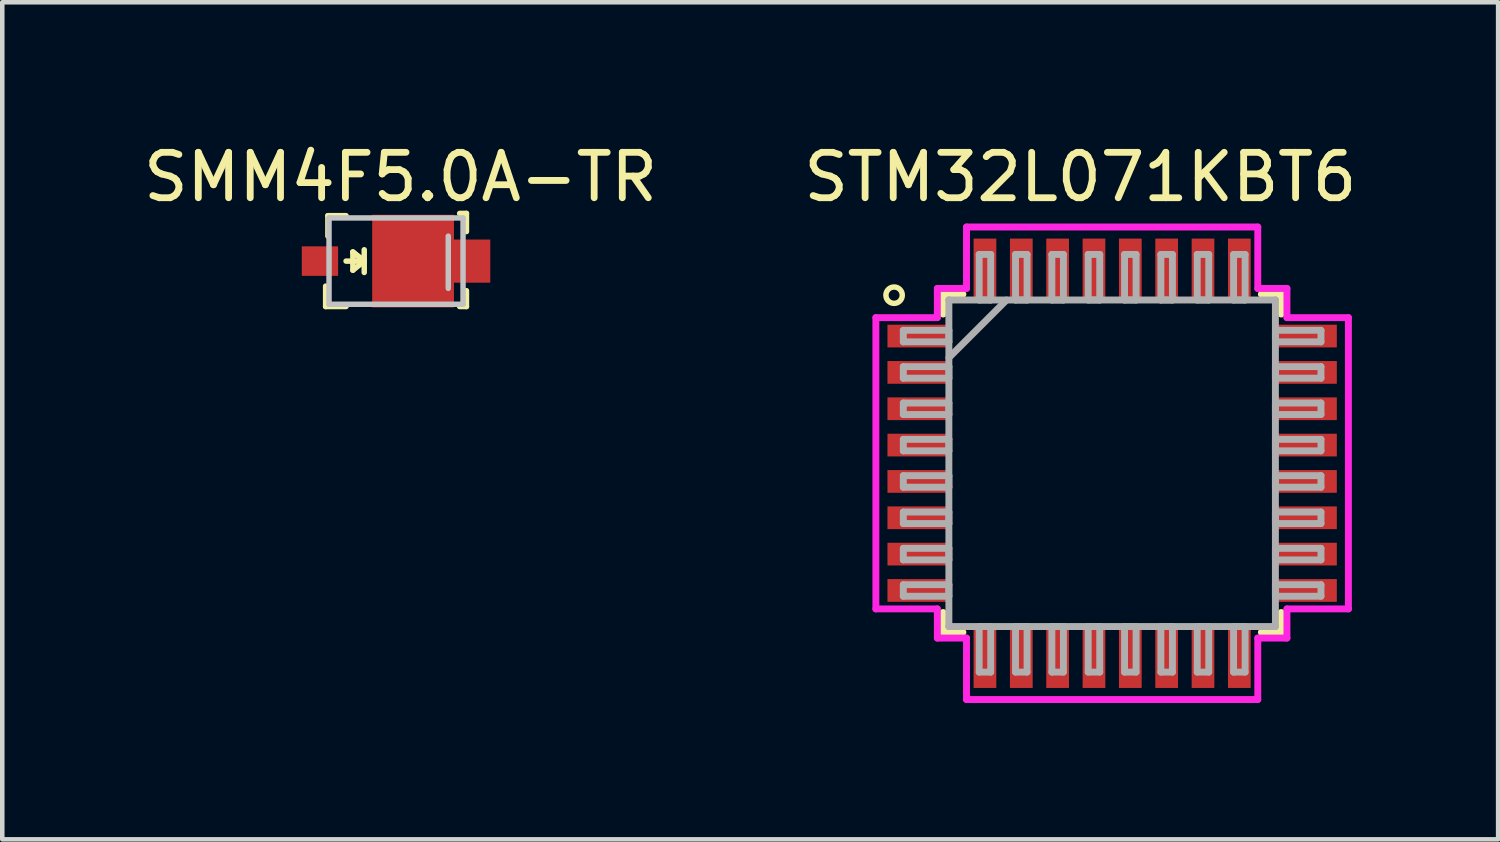
<source format=kicad_pcb>
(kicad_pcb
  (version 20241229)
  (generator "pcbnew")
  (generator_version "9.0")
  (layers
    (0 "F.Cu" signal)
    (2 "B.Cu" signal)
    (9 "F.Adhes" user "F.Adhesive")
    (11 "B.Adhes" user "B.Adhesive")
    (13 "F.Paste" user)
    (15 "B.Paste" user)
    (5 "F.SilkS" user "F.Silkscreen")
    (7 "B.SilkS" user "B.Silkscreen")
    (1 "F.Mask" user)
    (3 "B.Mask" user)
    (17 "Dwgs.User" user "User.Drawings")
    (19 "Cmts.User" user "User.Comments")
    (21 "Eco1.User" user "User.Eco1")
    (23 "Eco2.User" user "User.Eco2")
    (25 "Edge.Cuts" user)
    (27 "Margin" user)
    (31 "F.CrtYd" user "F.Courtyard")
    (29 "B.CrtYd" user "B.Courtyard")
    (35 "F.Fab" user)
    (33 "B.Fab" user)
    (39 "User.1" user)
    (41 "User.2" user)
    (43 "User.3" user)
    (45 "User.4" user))
  (footprint "STM32L071KBT6"
    (layer "F.Cu")
    (at 21.432 7.148)
    (property "Reference" "STM32L071KBT6" (at -0.7 -6.3 0) (layer "F.SilkS") (effects (font (size 1 1) (thickness 0.15))))
    (attr through_hole)
    (fp_line (start -3.721 -3.721) (end -3.721 -3.285) (stroke (width 0.152) (type solid)) (layer "F.SilkS"))
    (fp_line (start -3.721 3.285) (end -3.721 3.721) (stroke (width 0.152) (type solid)) (layer "F.SilkS"))
    (fp_line (start -3.721 3.721) (end -3.285 3.721) (stroke (width 0.152) (type solid)) (layer "F.SilkS"))
    (fp_line (start -3.285 -3.721) (end -3.721 -3.721) (stroke (width 0.152) (type solid)) (layer "F.SilkS"))
    (fp_line (start 3.285 3.721) (end 3.721 3.721) (stroke (width 0.152) (type solid)) (layer "F.SilkS"))
    (fp_line (start 3.721 -3.721) (end 3.285 -3.721) (stroke (width 0.152) (type solid)) (layer "F.SilkS"))
    (fp_line (start 3.721 -3.285) (end 3.721 -3.721) (stroke (width 0.152) (type solid)) (layer "F.SilkS"))
    (fp_line (start 3.721 3.721) (end 3.721 3.285) (stroke (width 0.152) (type solid)) (layer "F.SilkS"))
    (fp_circle (center -4.8 -3.7) (end -4.7 -3.85) (stroke (width 0.12) (type solid)) (fill no) (layer "F.SilkS"))
    (fp_line (start -5.201 -3.206) (end -3.848 -3.206) (stroke (width 0.152) (type solid)) (layer "F.CrtYd"))
    (fp_line (start -5.201 3.206) (end -5.201 -3.206) (stroke (width 0.152) (type solid)) (layer "F.CrtYd"))
    (fp_line (start -3.848 -3.848) (end -3.206 -3.848) (stroke (width 0.152) (type solid)) (layer "F.CrtYd"))
    (fp_line (start -3.848 -3.206) (end -3.848 -3.848) (stroke (width 0.152) (type solid)) (layer "F.CrtYd"))
    (fp_line (start -3.848 3.206) (end -5.201 3.206) (stroke (width 0.152) (type solid)) (layer "F.CrtYd"))
    (fp_line (start -3.848 3.848) (end -3.848 3.206) (stroke (width 0.152) (type solid)) (layer "F.CrtYd"))
    (fp_line (start -3.206 -5.201) (end 3.206 -5.201) (stroke (width 0.152) (type solid)) (layer "F.CrtYd"))
    (fp_line (start -3.206 -3.848) (end -3.206 -5.201) (stroke (width 0.152) (type solid)) (layer "F.CrtYd"))
    (fp_line (start -3.206 3.848) (end -3.848 3.848) (stroke (width 0.152) (type solid)) (layer "F.CrtYd"))
    (fp_line (start -3.206 5.201) (end -3.206 3.848) (stroke (width 0.152) (type solid)) (layer "F.CrtYd"))
    (fp_line (start 3.206 -5.201) (end 3.206 -3.848) (stroke (width 0.152) (type solid)) (layer "F.CrtYd"))
    (fp_line (start 3.206 -3.848) (end 3.848 -3.848) (stroke (width 0.152) (type solid)) (layer "F.CrtYd"))
    (fp_line (start 3.206 3.848) (end 3.206 5.201) (stroke (width 0.152) (type solid)) (layer "F.CrtYd"))
    (fp_line (start 3.206 5.201) (end -3.206 5.201) (stroke (width 0.152) (type solid)) (layer "F.CrtYd"))
    (fp_line (start 3.848 -3.848) (end 3.848 -3.206) (stroke (width 0.152) (type solid)) (layer "F.CrtYd"))
    (fp_line (start 3.848 -3.206) (end 5.201 -3.206) (stroke (width 0.152) (type solid)) (layer "F.CrtYd"))
    (fp_line (start 3.848 3.206) (end 3.848 3.848) (stroke (width 0.152) (type solid)) (layer "F.CrtYd"))
    (fp_line (start 3.848 3.848) (end 3.206 3.848) (stroke (width 0.152) (type solid)) (layer "F.CrtYd"))
    (fp_line (start 5.201 -3.206) (end 5.201 3.206) (stroke (width 0.152) (type solid)) (layer "F.CrtYd"))
    (fp_line (start 5.201 3.206) (end 3.848 3.206) (stroke (width 0.152) (type solid)) (layer "F.CrtYd"))
    (fp_line (start -4.597 -2.927) (end -4.597 -2.673) (stroke (width 0.152) (type solid)) (layer "F.Fab"))
    (fp_line (start -4.597 -2.673) (end -3.594 -2.673) (stroke (width 0.152) (type solid)) (layer "F.Fab"))
    (fp_line (start -4.597 -2.127) (end -4.597 -1.873) (stroke (width 0.152) (type solid)) (layer "F.Fab"))
    (fp_line (start -4.597 -1.873) (end -3.594 -1.873) (stroke (width 0.152) (type solid)) (layer "F.Fab"))
    (fp_line (start -4.597 -1.327) (end -4.597 -1.073) (stroke (width 0.152) (type solid)) (layer "F.Fab"))
    (fp_line (start -4.597 -1.073) (end -3.594 -1.073) (stroke (width 0.152) (type solid)) (layer "F.Fab"))
    (fp_line (start -4.597 -0.527) (end -4.597 -0.273) (stroke (width 0.152) (type solid)) (layer "F.Fab"))
    (fp_line (start -4.597 -0.273) (end -3.594 -0.273) (stroke (width 0.152) (type solid)) (layer "F.Fab"))
    (fp_line (start -4.597 0.273) (end -4.597 0.527) (stroke (width 0.152) (type solid)) (layer "F.Fab"))
    (fp_line (start -4.597 0.527) (end -3.594 0.527) (stroke (width 0.152) (type solid)) (layer "F.Fab"))
    (fp_line (start -4.597 1.073) (end -4.597 1.327) (stroke (width 0.152) (type solid)) (layer "F.Fab"))
    (fp_line (start -4.597 1.327) (end -3.594 1.327) (stroke (width 0.152) (type solid)) (layer "F.Fab"))
    (fp_line (start -4.597 1.873) (end -4.597 2.127) (stroke (width 0.152) (type solid)) (layer "F.Fab"))
    (fp_line (start -4.597 2.127) (end -3.594 2.127) (stroke (width 0.152) (type solid)) (layer "F.Fab"))
    (fp_line (start -4.597 2.673) (end -4.597 2.927) (stroke (width 0.152) (type solid)) (layer "F.Fab"))
    (fp_line (start -4.597 2.927) (end -3.594 2.927) (stroke (width 0.152) (type solid)) (layer "F.Fab"))
    (fp_line (start -3.594 -3.594) (end -3.594 -3.594) (stroke (width 0.152) (type solid)) (layer "F.Fab"))
    (fp_line (start -3.594 -3.594) (end -3.594 3.594) (stroke (width 0.152) (type solid)) (layer "F.Fab"))
    (fp_line (start -3.594 -2.927) (end -4.597 -2.927) (stroke (width 0.152) (type solid)) (layer "F.Fab"))
    (fp_line (start -3.594 -2.673) (end -3.594 -2.927) (stroke (width 0.152) (type solid)) (layer "F.Fab"))
    (fp_line (start -3.594 -2.324) (end -2.324 -3.594) (stroke (width 0.152) (type solid)) (layer "F.Fab"))
    (fp_line (start -3.594 -2.127) (end -4.597 -2.127) (stroke (width 0.152) (type solid)) (layer "F.Fab"))
    (fp_line (start -3.594 -1.873) (end -3.594 -2.127) (stroke (width 0.152) (type solid)) (layer "F.Fab"))
    (fp_line (start -3.594 -1.327) (end -4.597 -1.327) (stroke (width 0.152) (type solid)) (layer "F.Fab"))
    (fp_line (start -3.594 -1.073) (end -3.594 -1.327) (stroke (width 0.152) (type solid)) (layer "F.Fab"))
    (fp_line (start -3.594 -0.527) (end -4.597 -0.527) (stroke (width 0.152) (type solid)) (layer "F.Fab"))
    (fp_line (start -3.594 -0.273) (end -3.594 -0.527) (stroke (width 0.152) (type solid)) (layer "F.Fab"))
    (fp_line (start -3.594 0.273) (end -4.597 0.273) (stroke (width 0.152) (type solid)) (layer "F.Fab"))
    (fp_line (start -3.594 0.527) (end -3.594 0.273) (stroke (width 0.152) (type solid)) (layer "F.Fab"))
    (fp_line (start -3.594 1.073) (end -4.597 1.073) (stroke (width 0.152) (type solid)) (layer "F.Fab"))
    (fp_line (start -3.594 1.327) (end -3.594 1.073) (stroke (width 0.152) (type solid)) (layer "F.Fab"))
    (fp_line (start -3.594 1.873) (end -4.597 1.873) (stroke (width 0.152) (type solid)) (layer "F.Fab"))
    (fp_line (start -3.594 2.127) (end -3.594 1.873) (stroke (width 0.152) (type solid)) (layer "F.Fab"))
    (fp_line (start -3.594 2.673) (end -4.597 2.673) (stroke (width 0.152) (type solid)) (layer "F.Fab"))
    (fp_line (start -3.594 2.927) (end -3.594 2.673) (stroke (width 0.152) (type solid)) (layer "F.Fab"))
    (fp_line (start -3.594 3.594) (end -3.594 3.594) (stroke (width 0.152) (type solid)) (layer "F.Fab"))
    (fp_line (start -3.594 3.594) (end 3.594 3.594) (stroke (width 0.152) (type solid)) (layer "F.Fab"))
    (fp_line (start -2.927 -4.597) (end -2.927 -3.594) (stroke (width 0.152) (type solid)) (layer "F.Fab"))
    (fp_line (start -2.927 -3.594) (end -2.673 -3.594) (stroke (width 0.152) (type solid)) (layer "F.Fab"))
    (fp_line (start -2.927 3.594) (end -2.927 4.597) (stroke (width 0.152) (type solid)) (layer "F.Fab"))
    (fp_line (start -2.927 4.597) (end -2.673 4.597) (stroke (width 0.152) (type solid)) (layer "F.Fab"))
    (fp_line (start -2.673 -4.597) (end -2.927 -4.597) (stroke (width 0.152) (type solid)) (layer "F.Fab"))
    (fp_line (start -2.673 -3.594) (end -2.673 -4.597) (stroke (width 0.152) (type solid)) (layer "F.Fab"))
    (fp_line (start -2.673 3.594) (end -2.927 3.594) (stroke (width 0.152) (type solid)) (layer "F.Fab"))
    (fp_line (start -2.673 4.597) (end -2.673 3.594) (stroke (width 0.152) (type solid)) (layer "F.Fab"))
    (fp_line (start -2.127 -4.597) (end -2.127 -3.594) (stroke (width 0.152) (type solid)) (layer "F.Fab"))
    (fp_line (start -2.127 -3.594) (end -1.873 -3.594) (stroke (width 0.152) (type solid)) (layer "F.Fab"))
    (fp_line (start -2.127 3.594) (end -2.127 4.597) (stroke (width 0.152) (type solid)) (layer "F.Fab"))
    (fp_line (start -2.127 4.597) (end -1.873 4.597) (stroke (width 0.152) (type solid)) (layer "F.Fab"))
    (fp_line (start -1.873 -4.597) (end -2.127 -4.597) (stroke (width 0.152) (type solid)) (layer "F.Fab"))
    (fp_line (start -1.873 -3.594) (end -1.873 -4.597) (stroke (width 0.152) (type solid)) (layer "F.Fab"))
    (fp_line (start -1.873 3.594) (end -2.127 3.594) (stroke (width 0.152) (type solid)) (layer "F.Fab"))
    (fp_line (start -1.873 4.597) (end -1.873 3.594) (stroke (width 0.152) (type solid)) (layer "F.Fab"))
    (fp_line (start -1.327 -4.597) (end -1.327 -3.594) (stroke (width 0.152) (type solid)) (layer "F.Fab"))
    (fp_line (start -1.327 -3.594) (end -1.073 -3.594) (stroke (width 0.152) (type solid)) (layer "F.Fab"))
    (fp_line (start -1.327 3.594) (end -1.327 4.597) (stroke (width 0.152) (type solid)) (layer "F.Fab"))
    (fp_line (start -1.327 4.597) (end -1.073 4.597) (stroke (width 0.152) (type solid)) (layer "F.Fab"))
    (fp_line (start -1.073 -4.597) (end -1.327 -4.597) (stroke (width 0.152) (type solid)) (layer "F.Fab"))
    (fp_line (start -1.073 -3.594) (end -1.073 -4.597) (stroke (width 0.152) (type solid)) (layer "F.Fab"))
    (fp_line (start -1.073 3.594) (end -1.327 3.594) (stroke (width 0.152) (type solid)) (layer "F.Fab"))
    (fp_line (start -1.073 4.597) (end -1.073 3.594) (stroke (width 0.152) (type solid)) (layer "F.Fab"))
    (fp_line (start -0.527 -4.597) (end -0.527 -3.594) (stroke (width 0.152) (type solid)) (layer "F.Fab"))
    (fp_line (start -0.527 -3.594) (end -0.273 -3.594) (stroke (width 0.152) (type solid)) (layer "F.Fab"))
    (fp_line (start -0.527 3.594) (end -0.527 4.597) (stroke (width 0.152) (type solid)) (layer "F.Fab"))
    (fp_line (start -0.527 4.597) (end -0.273 4.597) (stroke (width 0.152) (type solid)) (layer "F.Fab"))
    (fp_line (start -0.273 -4.597) (end -0.527 -4.597) (stroke (width 0.152) (type solid)) (layer "F.Fab"))
    (fp_line (start -0.273 -3.594) (end -0.273 -4.597) (stroke (width 0.152) (type solid)) (layer "F.Fab"))
    (fp_line (start -0.273 3.594) (end -0.527 3.594) (stroke (width 0.152) (type solid)) (layer "F.Fab"))
    (fp_line (start -0.273 4.597) (end -0.273 3.594) (stroke (width 0.152) (type solid)) (layer "F.Fab"))
    (fp_line (start 0.273 -4.597) (end 0.273 -3.594) (stroke (width 0.152) (type solid)) (layer "F.Fab"))
    (fp_line (start 0.273 -3.594) (end 0.527 -3.594) (stroke (width 0.152) (type solid)) (layer "F.Fab"))
    (fp_line (start 0.273 3.594) (end 0.273 4.597) (stroke (width 0.152) (type solid)) (layer "F.Fab"))
    (fp_line (start 0.273 4.597) (end 0.527 4.597) (stroke (width 0.152) (type solid)) (layer "F.Fab"))
    (fp_line (start 0.527 -4.597) (end 0.273 -4.597) (stroke (width 0.152) (type solid)) (layer "F.Fab"))
    (fp_line (start 0.527 -3.594) (end 0.527 -4.597) (stroke (width 0.152) (type solid)) (layer "F.Fab"))
    (fp_line (start 0.527 3.594) (end 0.273 3.594) (stroke (width 0.152) (type solid)) (layer "F.Fab"))
    (fp_line (start 0.527 4.597) (end 0.527 3.594) (stroke (width 0.152) (type solid)) (layer "F.Fab"))
    (fp_line (start 1.073 -4.597) (end 1.073 -3.594) (stroke (width 0.152) (type solid)) (layer "F.Fab"))
    (fp_line (start 1.073 -3.594) (end 1.327 -3.594) (stroke (width 0.152) (type solid)) (layer "F.Fab"))
    (fp_line (start 1.073 3.594) (end 1.073 4.597) (stroke (width 0.152) (type solid)) (layer "F.Fab"))
    (fp_line (start 1.073 4.597) (end 1.327 4.597) (stroke (width 0.152) (type solid)) (layer "F.Fab"))
    (fp_line (start 1.327 -4.597) (end 1.073 -4.597) (stroke (width 0.152) (type solid)) (layer "F.Fab"))
    (fp_line (start 1.327 -3.594) (end 1.327 -4.597) (stroke (width 0.152) (type solid)) (layer "F.Fab"))
    (fp_line (start 1.327 3.594) (end 1.073 3.594) (stroke (width 0.152) (type solid)) (layer "F.Fab"))
    (fp_line (start 1.327 4.597) (end 1.327 3.594) (stroke (width 0.152) (type solid)) (layer "F.Fab"))
    (fp_line (start 1.873 -4.597) (end 1.873 -3.594) (stroke (width 0.152) (type solid)) (layer "F.Fab"))
    (fp_line (start 1.873 -3.594) (end 2.127 -3.594) (stroke (width 0.152) (type solid)) (layer "F.Fab"))
    (fp_line (start 1.873 3.594) (end 1.873 4.597) (stroke (width 0.152) (type solid)) (layer "F.Fab"))
    (fp_line (start 1.873 4.597) (end 2.127 4.597) (stroke (width 0.152) (type solid)) (layer "F.Fab"))
    (fp_line (start 2.127 -4.597) (end 1.873 -4.597) (stroke (width 0.152) (type solid)) (layer "F.Fab"))
    (fp_line (start 2.127 -3.594) (end 2.127 -4.597) (stroke (width 0.152) (type solid)) (layer "F.Fab"))
    (fp_line (start 2.127 3.594) (end 1.873 3.594) (stroke (width 0.152) (type solid)) (layer "F.Fab"))
    (fp_line (start 2.127 4.597) (end 2.127 3.594) (stroke (width 0.152) (type solid)) (layer "F.Fab"))
    (fp_line (start 2.673 -4.597) (end 2.673 -3.594) (stroke (width 0.152) (type solid)) (layer "F.Fab"))
    (fp_line (start 2.673 -3.594) (end 2.927 -3.594) (stroke (width 0.152) (type solid)) (layer "F.Fab"))
    (fp_line (start 2.673 3.594) (end 2.673 4.597) (stroke (width 0.152) (type solid)) (layer "F.Fab"))
    (fp_line (start 2.673 4.597) (end 2.927 4.597) (stroke (width 0.152) (type solid)) (layer "F.Fab"))
    (fp_line (start 2.927 -4.597) (end 2.673 -4.597) (stroke (width 0.152) (type solid)) (layer "F.Fab"))
    (fp_line (start 2.927 -3.594) (end 2.927 -4.597) (stroke (width 0.152) (type solid)) (layer "F.Fab"))
    (fp_line (start 2.927 3.594) (end 2.673 3.594) (stroke (width 0.152) (type solid)) (layer "F.Fab"))
    (fp_line (start 2.927 4.597) (end 2.927 3.594) (stroke (width 0.152) (type solid)) (layer "F.Fab"))
    (fp_line (start 3.594 -3.594) (end -3.594 -3.594) (stroke (width 0.152) (type solid)) (layer "F.Fab"))
    (fp_line (start 3.594 -3.594) (end 3.594 -3.594) (stroke (width 0.152) (type solid)) (layer "F.Fab"))
    (fp_line (start 3.594 -2.927) (end 3.594 -2.673) (stroke (width 0.152) (type solid)) (layer "F.Fab"))
    (fp_line (start 3.594 -2.673) (end 4.597 -2.673) (stroke (width 0.152) (type solid)) (layer "F.Fab"))
    (fp_line (start 3.594 -2.127) (end 3.594 -1.873) (stroke (width 0.152) (type solid)) (layer "F.Fab"))
    (fp_line (start 3.594 -1.873) (end 4.597 -1.873) (stroke (width 0.152) (type solid)) (layer "F.Fab"))
    (fp_line (start 3.594 -1.327) (end 3.594 -1.073) (stroke (width 0.152) (type solid)) (layer "F.Fab"))
    (fp_line (start 3.594 -1.073) (end 4.597 -1.073) (stroke (width 0.152) (type solid)) (layer "F.Fab"))
    (fp_line (start 3.594 -0.527) (end 3.594 -0.273) (stroke (width 0.152) (type solid)) (layer "F.Fab"))
    (fp_line (start 3.594 -0.273) (end 4.597 -0.273) (stroke (width 0.152) (type solid)) (layer "F.Fab"))
    (fp_line (start 3.594 0.273) (end 3.594 0.527) (stroke (width 0.152) (type solid)) (layer "F.Fab"))
    (fp_line (start 3.594 0.527) (end 4.597 0.527) (stroke (width 0.152) (type solid)) (layer "F.Fab"))
    (fp_line (start 3.594 1.073) (end 3.594 1.327) (stroke (width 0.152) (type solid)) (layer "F.Fab"))
    (fp_line (start 3.594 1.327) (end 4.597 1.327) (stroke (width 0.152) (type solid)) (layer "F.Fab"))
    (fp_line (start 3.594 1.873) (end 3.594 2.127) (stroke (width 0.152) (type solid)) (layer "F.Fab"))
    (fp_line (start 3.594 2.127) (end 4.597 2.127) (stroke (width 0.152) (type solid)) (layer "F.Fab"))
    (fp_line (start 3.594 2.673) (end 3.594 2.927) (stroke (width 0.152) (type solid)) (layer "F.Fab"))
    (fp_line (start 3.594 2.927) (end 4.597 2.927) (stroke (width 0.152) (type solid)) (layer "F.Fab"))
    (fp_line (start 3.594 3.594) (end 3.594 -3.594) (stroke (width 0.152) (type solid)) (layer "F.Fab"))
    (fp_line (start 3.594 3.594) (end 3.594 3.594) (stroke (width 0.152) (type solid)) (layer "F.Fab"))
    (fp_line (start 4.597 -2.927) (end 3.594 -2.927) (stroke (width 0.152) (type solid)) (layer "F.Fab"))
    (fp_line (start 4.597 -2.673) (end 4.597 -2.927) (stroke (width 0.152) (type solid)) (layer "F.Fab"))
    (fp_line (start 4.597 -2.127) (end 3.594 -2.127) (stroke (width 0.152) (type solid)) (layer "F.Fab"))
    (fp_line (start 4.597 -1.873) (end 4.597 -2.127) (stroke (width 0.152) (type solid)) (layer "F.Fab"))
    (fp_line (start 4.597 -1.327) (end 3.594 -1.327) (stroke (width 0.152) (type solid)) (layer "F.Fab"))
    (fp_line (start 4.597 -1.073) (end 4.597 -1.327) (stroke (width 0.152) (type solid)) (layer "F.Fab"))
    (fp_line (start 4.597 -0.527) (end 3.594 -0.527) (stroke (width 0.152) (type solid)) (layer "F.Fab"))
    (fp_line (start 4.597 -0.273) (end 4.597 -0.527) (stroke (width 0.152) (type solid)) (layer "F.Fab"))
    (fp_line (start 4.597 0.273) (end 3.594 0.273) (stroke (width 0.152) (type solid)) (layer "F.Fab"))
    (fp_line (start 4.597 0.527) (end 4.597 0.273) (stroke (width 0.152) (type solid)) (layer "F.Fab"))
    (fp_line (start 4.597 1.073) (end 3.594 1.073) (stroke (width 0.152) (type solid)) (layer "F.Fab"))
    (fp_line (start 4.597 1.327) (end 4.597 1.073) (stroke (width 0.152) (type solid)) (layer "F.Fab"))
    (fp_line (start 4.597 1.873) (end 3.594 1.873) (stroke (width 0.152) (type solid)) (layer "F.Fab"))
    (fp_line (start 4.597 2.127) (end 4.597 1.873) (stroke (width 0.152) (type solid)) (layer "F.Fab"))
    (fp_line (start 4.597 2.673) (end 3.594 2.673) (stroke (width 0.152) (type solid)) (layer "F.Fab"))
    (fp_line (start 4.597 2.927) (end 4.597 2.673) (stroke (width 0.152) (type solid)) (layer "F.Fab"))
    (pad "1" smd rect (at -4.271 -2.8 90) (size 0.5 1.35) (layers "F.Cu" "F.Mask" "F.Paste"))
    (pad "2" smd rect (at -4.271 -2 90) (size 0.5 1.35) (layers "F.Cu" "F.Mask" "F.Paste"))
    (pad "3" smd rect (at -4.271 -1.2 90) (size 0.5 1.35) (layers "F.Cu" "F.Mask" "F.Paste"))
    (pad "4" smd rect (at -4.271 -0.4 90) (size 0.5 1.35) (layers "F.Cu" "F.Mask" "F.Paste"))
    (pad "5" smd rect (at -4.271 0.4 90) (size 0.5 1.35) (layers "F.Cu" "F.Mask" "F.Paste"))
    (pad "6" smd rect (at -4.271 1.2 90) (size 0.5 1.35) (layers "F.Cu" "F.Mask" "F.Paste"))
    (pad "7" smd rect (at -4.271 2 90) (size 0.5 1.35) (layers "F.Cu" "F.Mask" "F.Paste"))
    (pad "8" smd rect (at -4.271 2.8 90) (size 0.5 1.35) (layers "F.Cu" "F.Mask" "F.Paste"))
    (pad "9" smd rect (at -2.8 4.271) (size 0.5 1.35) (layers "F.Cu" "F.Mask" "F.Paste"))
    (pad "10" smd rect (at -2 4.271) (size 0.5 1.35) (layers "F.Cu" "F.Mask" "F.Paste"))
    (pad "11" smd rect (at -1.2 4.271) (size 0.5 1.35) (layers "F.Cu" "F.Mask" "F.Paste"))
    (pad "12" smd rect (at -0.4 4.271) (size 0.5 1.35) (layers "F.Cu" "F.Mask" "F.Paste"))
    (pad "13" smd rect (at 0.4 4.271) (size 0.5 1.35) (layers "F.Cu" "F.Mask" "F.Paste"))
    (pad "14" smd rect (at 1.2 4.271) (size 0.5 1.35) (layers "F.Cu" "F.Mask" "F.Paste"))
    (pad "15" smd rect (at 2 4.271) (size 0.5 1.35) (layers "F.Cu" "F.Mask" "F.Paste"))
    (pad "16" smd rect (at 2.8 4.271) (size 0.5 1.35) (layers "F.Cu" "F.Mask" "F.Paste"))
    (pad "17" smd rect (at 4.271 2.8 90) (size 0.5 1.35) (layers "F.Cu" "F.Mask" "F.Paste"))
    (pad "18" smd rect (at 4.271 2 90) (size 0.5 1.35) (layers "F.Cu" "F.Mask" "F.Paste"))
    (pad "19" smd rect (at 4.271 1.2 90) (size 0.5 1.35) (layers "F.Cu" "F.Mask" "F.Paste"))
    (pad "20" smd rect (at 4.271 0.4 90) (size 0.5 1.35) (layers "F.Cu" "F.Mask" "F.Paste"))
    (pad "21" smd rect (at 4.271 -0.4 90) (size 0.5 1.35) (layers "F.Cu" "F.Mask" "F.Paste"))
    (pad "22" smd rect (at 4.271 -1.2 90) (size 0.5 1.35) (layers "F.Cu" "F.Mask" "F.Paste"))
    (pad "23" smd rect (at 4.271 -2 90) (size 0.5 1.35) (layers "F.Cu" "F.Mask" "F.Paste"))
    (pad "24" smd rect (at 4.271 -2.8 90) (size 0.5 1.35) (layers "F.Cu" "F.Mask" "F.Paste"))
    (pad "25" smd rect (at 2.8 -4.271) (size 0.5 1.35) (layers "F.Cu" "F.Mask" "F.Paste"))
    (pad "26" smd rect (at 2 -4.271) (size 0.5 1.35) (layers "F.Cu" "F.Mask" "F.Paste"))
    (pad "27" smd rect (at 1.2 -4.271) (size 0.5 1.35) (layers "F.Cu" "F.Mask" "F.Paste"))
    (pad "28" smd rect (at 0.4 -4.271) (size 0.5 1.35) (layers "F.Cu" "F.Mask" "F.Paste"))
    (pad "29" smd rect (at -0.4 -4.271) (size 0.5 1.35) (layers "F.Cu" "F.Mask" "F.Paste"))
    (pad "30" smd rect (at -1.2 -4.271) (size 0.5 1.35) (layers "F.Cu" "F.Mask" "F.Paste"))
    (pad "31" smd rect (at -2 -4.271) (size 0.5 1.35) (layers "F.Cu" "F.Mask" "F.Paste"))
    (pad "32" smd rect (at -2.8 -4.271) (size 0.5 1.35) (layers "F.Cu" "F.Mask" "F.Paste")))
  (footprint "SMM4F5.0A-TR"
    (layer "F.Cu")
    (at 5.668 2.698)
    (property "Reference" "SMM4F5.0A-TR" (at 0.1 -1.85 0) (layer "F.SilkS") (effects (font (size 1 1) (thickness 0.15))))
    (attr through_hole)
    (fp_line (start -1.55 1) (end -1.55 0.55) (stroke (width 0.12) (type solid)) (layer "F.SilkS"))
    (fp_line (start -1.5 -1) (end -1.1 -1) (stroke (width 0.12) (type solid)) (layer "F.SilkS"))
    (fp_line (start -1.5 -0.55) (end -1.5 -1) (stroke (width 0.12) (type solid)) (layer "F.SilkS"))
    (fp_line (start -1.1 0) (end -0.7 0) (stroke (width 0.12) (type solid)) (layer "F.SilkS"))
    (fp_line (start -1.1 1) (end -1.55 1) (stroke (width 0.12) (type solid)) (layer "F.SilkS"))
    (fp_line (start -0.95 -0.2) (end -0.95 0.2) (stroke (width 0.12) (type solid)) (layer "F.SilkS"))
    (fp_line (start -0.7 -0.25) (end -0.7 0.25) (stroke (width 0.12) (type solid)) (layer "F.SilkS"))
    (fp_line (start -0.7 0) (end -0.95 -0.2) (stroke (width 0.12) (type solid)) (layer "F.SilkS"))
    (fp_line (start -0.7 0) (end -0.95 -0.2) (stroke (width 0.12) (type solid)) (layer "F.SilkS"))
    (fp_line (start -0.7 0) (end -0.95 0.2) (stroke (width 0.12) (type solid)) (layer "F.SilkS"))
    (fp_line (start 1.4 -1.05) (end 1.55 -1.05) (stroke (width 0.12) (type solid)) (layer "F.SilkS"))
    (fp_line (start 1.4 1) (end 1.55 1) (stroke (width 0.12) (type solid)) (layer "F.SilkS"))
    (fp_line (start 1.55 -1.05) (end 1.55 -0.65) (stroke (width 0.12) (type solid)) (layer "F.SilkS"))
    (fp_line (start 1.55 1) (end 1.55 0.65) (stroke (width 0.12) (type solid)) (layer "F.SilkS"))
    (fp_line (start -1.475 -0.95) (end -1.475 0.95) (stroke (width 0.12) (type solid)) (layer "Dwgs.User"))
    (fp_line (start -1.475 -0.95) (end 1.475 -0.95) (stroke (width 0.12) (type solid)) (layer "Dwgs.User"))
    (fp_line (start 1.15 -0.55) (end 1.15 0.6) (stroke (width 0.12) (type solid)) (layer "Dwgs.User"))
    (fp_line (start 1.475 -0.95) (end 1.475 0.95) (stroke (width 0.12) (type solid)) (layer "Dwgs.User"))
    (fp_line (start 1.475 0.95) (end -1.475 0.95) (stroke (width 0.12) (type solid)) (layer "Dwgs.User"))
    (pad "A" smd rect (at -1.675 0) (size 0.8 0.65) (layers "F.Cu" "F.Mask" "F.Paste"))
    (pad "K" smd rect (at 0.375 0) (size 1.8 2.04) (layers "F.Cu" "F.Mask" "F.Paste"))
    (pad "K" smd rect (at 1.65 0) (size 0.85 0.95) (layers "F.Cu" "F.Mask" "F.Paste")))
  (gr_rect
    (start -3 -3)
    (end 29.929 15.426)
    (stroke (width 0.1) (type default))
    (fill no)
    (layer "Edge.Cuts")))
</source>
